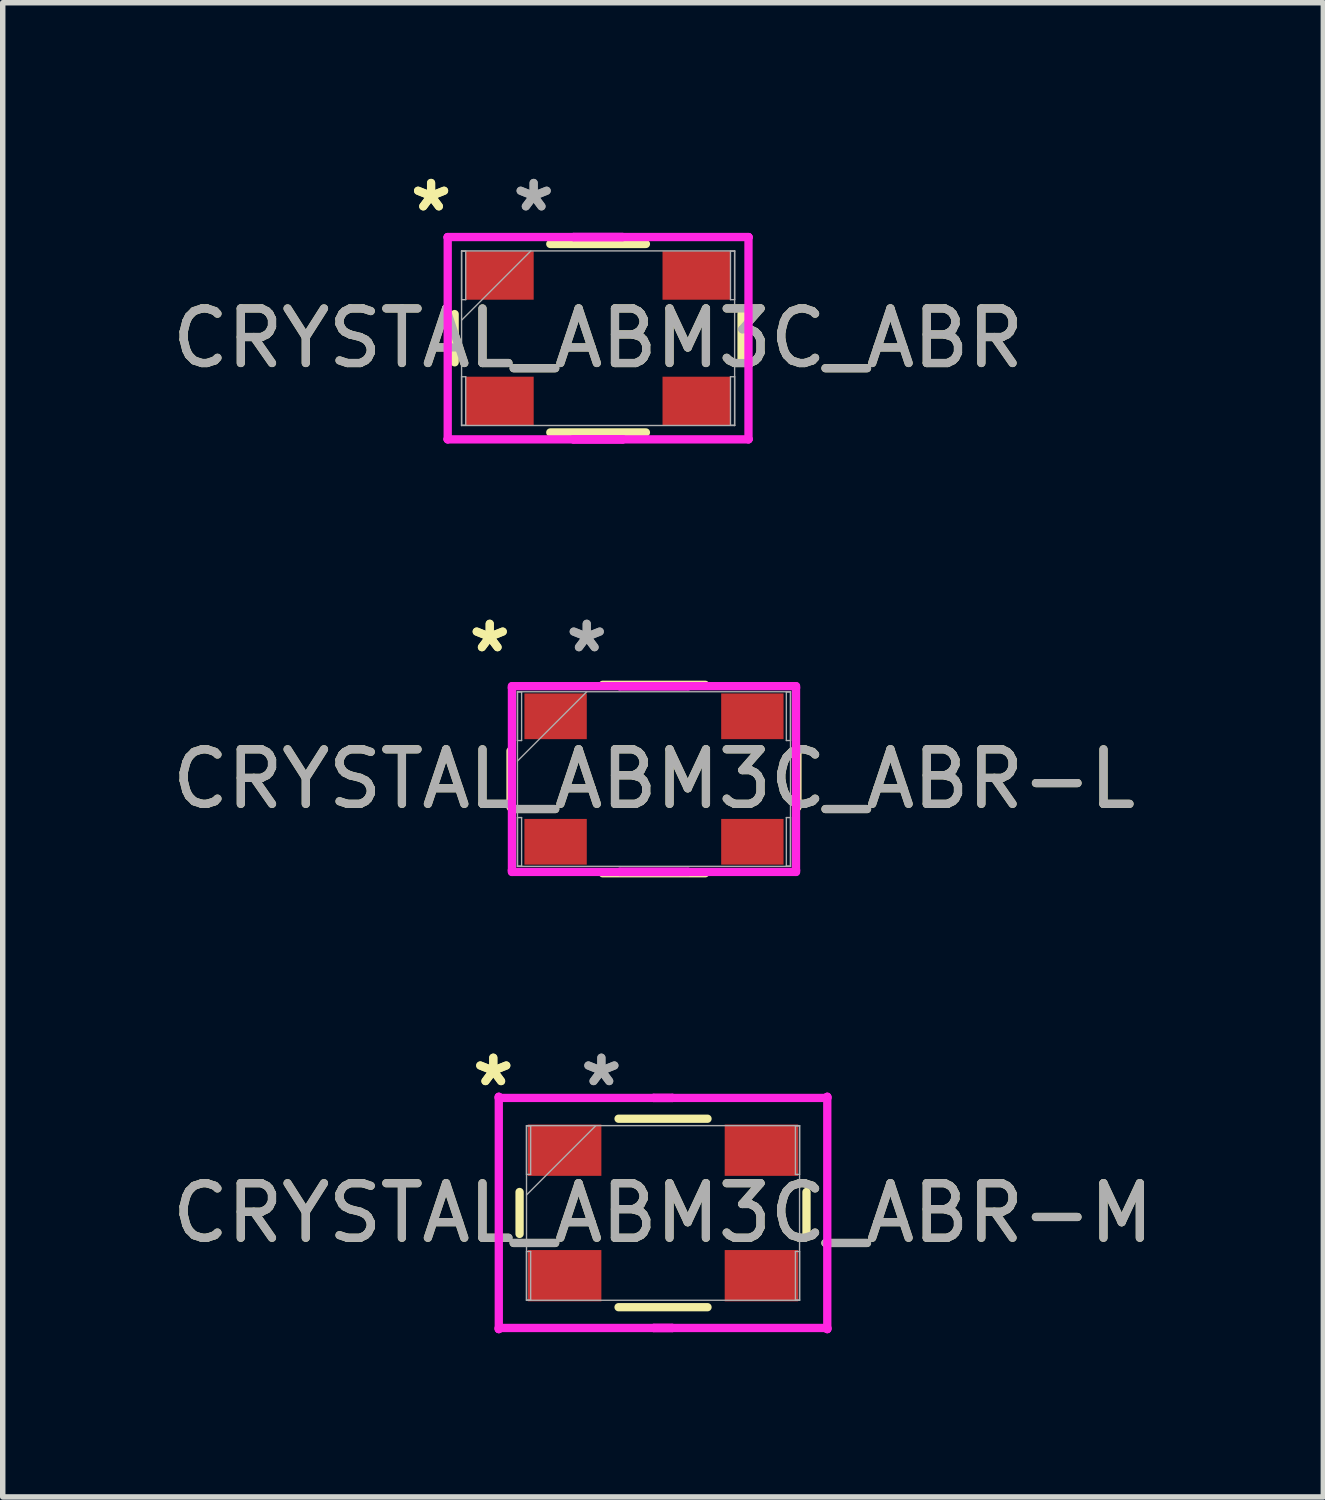
<source format=kicad_pcb>
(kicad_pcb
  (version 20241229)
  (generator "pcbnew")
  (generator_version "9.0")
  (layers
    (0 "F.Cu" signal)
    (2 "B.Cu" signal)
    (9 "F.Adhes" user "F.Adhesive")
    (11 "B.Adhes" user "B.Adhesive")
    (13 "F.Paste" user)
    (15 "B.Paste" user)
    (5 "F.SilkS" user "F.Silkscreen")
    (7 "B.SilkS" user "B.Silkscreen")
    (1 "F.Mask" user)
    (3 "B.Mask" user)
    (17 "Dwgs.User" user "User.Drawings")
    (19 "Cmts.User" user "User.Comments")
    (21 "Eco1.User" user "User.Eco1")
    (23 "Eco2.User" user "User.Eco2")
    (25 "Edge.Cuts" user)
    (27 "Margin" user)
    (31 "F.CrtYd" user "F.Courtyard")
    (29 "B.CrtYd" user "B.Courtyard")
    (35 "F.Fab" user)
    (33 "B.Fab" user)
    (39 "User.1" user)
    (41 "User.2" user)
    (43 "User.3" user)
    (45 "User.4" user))
  (footprint "CRYSTAL_ABM3C_ABR"
    (layer "F.Cu")
    (at 7.911 3.148)
    (property "Reference" "CRYSTAL_ABM3C_ABR" (at 0 0 0) (unlocked yes) (layer "F.SilkS") (effects (font (size 1 1) (thickness 0.15))))
    (attr smd)
    (fp_line (start -2.629 -0.442) (end -2.629 0.442) (stroke (width 0.152) (type solid)) (layer "F.SilkS"))
    (fp_line (start -0.876 1.727) (end 0.876 1.727) (stroke (width 0.152) (type solid)) (layer "F.SilkS"))
    (fp_line (start 0.876 -1.727) (end -0.876 -1.727) (stroke (width 0.152) (type solid)) (layer "F.SilkS"))
    (fp_line (start 2.629 0.442) (end 2.629 -0.442) (stroke (width 0.152) (type solid)) (layer "F.SilkS"))
    (fp_line (start -2.756 -1.854) (end 0.452 -1.854) (stroke (width 0.152) (type solid)) (layer "F.CrtYd"))
    (fp_line (start -2.756 -1.849) (end -2.756 -1.854) (stroke (width 0.152) (type solid)) (layer "F.CrtYd"))
    (fp_line (start -2.756 -1.849) (end -2.756 -1.849) (stroke (width 0.152) (type solid)) (layer "F.CrtYd"))
    (fp_line (start -2.756 1.849) (end -2.756 -1.849) (stroke (width 0.152) (type solid)) (layer "F.CrtYd"))
    (fp_line (start -2.756 1.849) (end -2.756 1.849) (stroke (width 0.152) (type solid)) (layer "F.CrtYd"))
    (fp_line (start -2.756 1.854) (end -2.756 1.849) (stroke (width 0.152) (type solid)) (layer "F.CrtYd"))
    (fp_line (start -0.452 -1.854) (end -0.452 -1.854) (stroke (width 0.152) (type solid)) (layer "F.CrtYd"))
    (fp_line (start -0.452 -1.854) (end 2.756 -1.854) (stroke (width 0.152) (type solid)) (layer "F.CrtYd"))
    (fp_line (start -0.452 1.854) (end -0.452 1.854) (stroke (width 0.152) (type solid)) (layer "F.CrtYd"))
    (fp_line (start -0.452 1.854) (end 0.452 1.854) (stroke (width 0.152) (type solid)) (layer "F.CrtYd"))
    (fp_line (start 0.452 -1.854) (end -0.452 -1.854) (stroke (width 0.152) (type solid)) (layer "F.CrtYd"))
    (fp_line (start 0.452 -1.854) (end 0.452 -1.854) (stroke (width 0.152) (type solid)) (layer "F.CrtYd"))
    (fp_line (start 0.452 1.854) (end -2.756 1.854) (stroke (width 0.152) (type solid)) (layer "F.CrtYd"))
    (fp_line (start 0.452 1.854) (end 0.452 1.854) (stroke (width 0.152) (type solid)) (layer "F.CrtYd"))
    (fp_line (start 2.756 -1.854) (end 2.756 -1.849) (stroke (width 0.152) (type solid)) (layer "F.CrtYd"))
    (fp_line (start 2.756 -1.849) (end 2.756 -1.849) (stroke (width 0.152) (type solid)) (layer "F.CrtYd"))
    (fp_line (start 2.756 -1.849) (end 2.756 1.849) (stroke (width 0.152) (type solid)) (layer "F.CrtYd"))
    (fp_line (start 2.756 1.849) (end 2.756 1.849) (stroke (width 0.152) (type solid)) (layer "F.CrtYd"))
    (fp_line (start 2.756 1.849) (end 2.756 1.854) (stroke (width 0.152) (type solid)) (layer "F.CrtYd"))
    (fp_line (start 2.756 1.854) (end -0.452 1.854) (stroke (width 0.152) (type solid)) (layer "F.CrtYd"))
    (fp_line (start -2.502 -1.6) (end -2.502 -1.6) (stroke (width 0.025) (type solid)) (layer "F.Fab"))
    (fp_line (start -2.502 -1.6) (end -2.502 1.6) (stroke (width 0.025) (type solid)) (layer "F.Fab"))
    (fp_line (start -2.502 -1.595) (end -2.426 -1.595) (stroke (width 0.025) (type solid)) (layer "F.Fab"))
    (fp_line (start -2.502 -0.706) (end -2.502 -1.595) (stroke (width 0.025) (type solid)) (layer "F.Fab"))
    (fp_line (start -2.502 -0.33) (end -1.232 -1.6) (stroke (width 0.025) (type solid)) (layer "F.Fab"))
    (fp_line (start -2.502 0.706) (end -2.426 0.706) (stroke (width 0.025) (type solid)) (layer "F.Fab"))
    (fp_line (start -2.502 1.595) (end -2.502 0.706) (stroke (width 0.025) (type solid)) (layer "F.Fab"))
    (fp_line (start -2.502 1.6) (end -2.502 1.6) (stroke (width 0.025) (type solid)) (layer "F.Fab"))
    (fp_line (start -2.502 1.6) (end 2.502 1.6) (stroke (width 0.025) (type solid)) (layer "F.Fab"))
    (fp_line (start -2.426 -1.595) (end -2.426 -0.706) (stroke (width 0.025) (type solid)) (layer "F.Fab"))
    (fp_line (start -2.426 -0.706) (end -2.502 -0.706) (stroke (width 0.025) (type solid)) (layer "F.Fab"))
    (fp_line (start -2.426 0.706) (end -2.426 1.595) (stroke (width 0.025) (type solid)) (layer "F.Fab"))
    (fp_line (start -2.426 1.595) (end -2.502 1.595) (stroke (width 0.025) (type solid)) (layer "F.Fab"))
    (fp_line (start 2.426 -1.595) (end 2.502 -1.595) (stroke (width 0.025) (type solid)) (layer "F.Fab"))
    (fp_line (start 2.426 -0.706) (end 2.426 -1.595) (stroke (width 0.025) (type solid)) (layer "F.Fab"))
    (fp_line (start 2.426 0.706) (end 2.502 0.706) (stroke (width 0.025) (type solid)) (layer "F.Fab"))
    (fp_line (start 2.426 1.595) (end 2.426 0.706) (stroke (width 0.025) (type solid)) (layer "F.Fab"))
    (fp_line (start 2.502 -1.6) (end -2.502 -1.6) (stroke (width 0.025) (type solid)) (layer "F.Fab"))
    (fp_line (start 2.502 -1.6) (end 2.502 -1.6) (stroke (width 0.025) (type solid)) (layer "F.Fab"))
    (fp_line (start 2.502 -1.595) (end 2.502 -0.706) (stroke (width 0.025) (type solid)) (layer "F.Fab"))
    (fp_line (start 2.502 -0.706) (end 2.426 -0.706) (stroke (width 0.025) (type solid)) (layer "F.Fab"))
    (fp_line (start 2.502 0.706) (end 2.502 1.595) (stroke (width 0.025) (type solid)) (layer "F.Fab"))
    (fp_line (start 2.502 1.595) (end 2.426 1.595) (stroke (width 0.025) (type solid)) (layer "F.Fab"))
    (fp_line (start 2.502 1.6) (end 2.502 -1.6) (stroke (width 0.025) (type solid)) (layer "F.Fab"))
    (fp_line (start 2.502 1.6) (end 2.502 1.6) (stroke (width 0.025) (type solid)) (layer "F.Fab"))
    (fp_text user "*" (at -3.061 -2.3 0) (layer "F.SilkS") (effects (font (size 1 1) (thickness 0.15))))
    (fp_text user "*" (at -3.061 -2.3 0) (unlocked yes) (layer "F.SilkS") (effects (font (size 1 1) (thickness 0.15))))
    (fp_text user "*" (at -1.181 -2.3 0) (unlocked yes) (layer "F.Fab") (effects (font (size 1 1) (thickness 0.15))))
    (fp_text user "*" (at -1.181 -2.3 0) (layer "F.Fab") (effects (font (size 1 1) (thickness 0.15))))
    (fp_text user "${REFERENCE}" (at 0 0 0) (unlocked yes) (layer "F.Fab") (effects (font (size 1 1) (thickness 0.15))))
    (pad "1" smd rect (at -1.803 -1.15 90) (size 0.889 1.245) (layers "F.Cu" "F.Mask" "F.Paste"))
    (pad "2" smd rect (at 1.803 -1.15 90) (size 0.889 1.245) (layers "F.Cu" "F.Mask" "F.Paste"))
    (pad "3" smd rect (at 1.803 1.15 90) (size 0.889 1.245) (layers "F.Cu" "F.Mask" "F.Paste"))
    (pad "4" smd rect (at -1.803 1.15 90) (size 0.889 1.245) (layers "F.Cu" "F.Mask" "F.Paste")))
  (footprint "CRYSTAL_ABM3C_ABR-M"
    (layer "F.Cu")
    (at 9.101 19.179)
    (property "Reference" "CRYSTAL_ABM3C_ABR-M" (at 0 0 0) (unlocked yes) (layer "F.SilkS") (effects (font (size 1 1) (thickness 0.15))))
    (attr smd)
    (fp_line (start -2.629 -0.384) (end -2.629 0.384) (stroke (width 0.152) (type solid)) (layer "F.SilkS"))
    (fp_line (start -0.815 1.727) (end 0.815 1.727) (stroke (width 0.152) (type solid)) (layer "F.SilkS"))
    (fp_line (start 0.815 -1.727) (end -0.815 -1.727) (stroke (width 0.152) (type solid)) (layer "F.SilkS"))
    (fp_line (start 2.629 0.384) (end 2.629 -0.384) (stroke (width 0.152) (type solid)) (layer "F.SilkS"))
    (fp_line (start -3.01 -2.128) (end -3.01 -2.128) (stroke (width 0.152) (type solid)) (layer "F.CrtYd"))
    (fp_line (start -3.01 -2.128) (end -3.01 -2.108) (stroke (width 0.152) (type solid)) (layer "F.CrtYd"))
    (fp_line (start -3.01 -2.108) (end 0.172 -2.108) (stroke (width 0.152) (type solid)) (layer "F.CrtYd"))
    (fp_line (start -3.01 2.108) (end -3.01 2.128) (stroke (width 0.152) (type solid)) (layer "F.CrtYd"))
    (fp_line (start -3.01 2.128) (end -3.01 -2.128) (stroke (width 0.152) (type solid)) (layer "F.CrtYd"))
    (fp_line (start -3.01 2.128) (end -3.01 2.128) (stroke (width 0.152) (type solid)) (layer "F.CrtYd"))
    (fp_line (start -0.172 -2.108) (end -0.172 -2.108) (stroke (width 0.152) (type solid)) (layer "F.CrtYd"))
    (fp_line (start -0.172 -2.108) (end 3.01 -2.108) (stroke (width 0.152) (type solid)) (layer "F.CrtYd"))
    (fp_line (start -0.172 2.108) (end -0.172 2.108) (stroke (width 0.152) (type solid)) (layer "F.CrtYd"))
    (fp_line (start -0.172 2.108) (end 0.172 2.108) (stroke (width 0.152) (type solid)) (layer "F.CrtYd"))
    (fp_line (start 0.172 -2.108) (end -0.172 -2.108) (stroke (width 0.152) (type solid)) (layer "F.CrtYd"))
    (fp_line (start 0.172 -2.108) (end 0.172 -2.108) (stroke (width 0.152) (type solid)) (layer "F.CrtYd"))
    (fp_line (start 0.172 2.108) (end -3.01 2.108) (stroke (width 0.152) (type solid)) (layer "F.CrtYd"))
    (fp_line (start 0.172 2.108) (end 0.172 2.108) (stroke (width 0.152) (type solid)) (layer "F.CrtYd"))
    (fp_line (start 3.01 -2.128) (end 3.01 -2.128) (stroke (width 0.152) (type solid)) (layer "F.CrtYd"))
    (fp_line (start 3.01 -2.128) (end 3.01 2.128) (stroke (width 0.152) (type solid)) (layer "F.CrtYd"))
    (fp_line (start 3.01 -2.108) (end 3.01 -2.128) (stroke (width 0.152) (type solid)) (layer "F.CrtYd"))
    (fp_line (start 3.01 2.108) (end -0.172 2.108) (stroke (width 0.152) (type solid)) (layer "F.CrtYd"))
    (fp_line (start 3.01 2.128) (end 3.01 2.108) (stroke (width 0.152) (type solid)) (layer "F.CrtYd"))
    (fp_line (start 3.01 2.128) (end 3.01 2.128) (stroke (width 0.152) (type solid)) (layer "F.CrtYd"))
    (fp_line (start -2.502 -1.6) (end -2.502 -1.6) (stroke (width 0.025) (type solid)) (layer "F.Fab"))
    (fp_line (start -2.502 -1.6) (end -2.502 1.6) (stroke (width 0.025) (type solid)) (layer "F.Fab"))
    (fp_line (start -2.502 -1.595) (end -2.426 -1.595) (stroke (width 0.025) (type solid)) (layer "F.Fab"))
    (fp_line (start -2.502 -0.706) (end -2.502 -1.595) (stroke (width 0.025) (type solid)) (layer "F.Fab"))
    (fp_line (start -2.502 -0.33) (end -1.232 -1.6) (stroke (width 0.025) (type solid)) (layer "F.Fab"))
    (fp_line (start -2.502 0.706) (end -2.426 0.706) (stroke (width 0.025) (type solid)) (layer "F.Fab"))
    (fp_line (start -2.502 1.595) (end -2.502 0.706) (stroke (width 0.025) (type solid)) (layer "F.Fab"))
    (fp_line (start -2.502 1.6) (end -2.502 1.6) (stroke (width 0.025) (type solid)) (layer "F.Fab"))
    (fp_line (start -2.502 1.6) (end 2.502 1.6) (stroke (width 0.025) (type solid)) (layer "F.Fab"))
    (fp_line (start -2.426 -1.595) (end -2.426 -0.706) (stroke (width 0.025) (type solid)) (layer "F.Fab"))
    (fp_line (start -2.426 -0.706) (end -2.502 -0.706) (stroke (width 0.025) (type solid)) (layer "F.Fab"))
    (fp_line (start -2.426 0.706) (end -2.426 1.595) (stroke (width 0.025) (type solid)) (layer "F.Fab"))
    (fp_line (start -2.426 1.595) (end -2.502 1.595) (stroke (width 0.025) (type solid)) (layer "F.Fab"))
    (fp_line (start 2.426 -1.595) (end 2.502 -1.595) (stroke (width 0.025) (type solid)) (layer "F.Fab"))
    (fp_line (start 2.426 -0.706) (end 2.426 -1.595) (stroke (width 0.025) (type solid)) (layer "F.Fab"))
    (fp_line (start 2.426 0.706) (end 2.502 0.706) (stroke (width 0.025) (type solid)) (layer "F.Fab"))
    (fp_line (start 2.426 1.595) (end 2.426 0.706) (stroke (width 0.025) (type solid)) (layer "F.Fab"))
    (fp_line (start 2.502 -1.6) (end -2.502 -1.6) (stroke (width 0.025) (type solid)) (layer "F.Fab"))
    (fp_line (start 2.502 -1.6) (end 2.502 -1.6) (stroke (width 0.025) (type solid)) (layer "F.Fab"))
    (fp_line (start 2.502 -1.595) (end 2.502 -0.706) (stroke (width 0.025) (type solid)) (layer "F.Fab"))
    (fp_line (start 2.502 -0.706) (end 2.426 -0.706) (stroke (width 0.025) (type solid)) (layer "F.Fab"))
    (fp_line (start 2.502 0.706) (end 2.502 1.595) (stroke (width 0.025) (type solid)) (layer "F.Fab"))
    (fp_line (start 2.502 1.595) (end 2.426 1.595) (stroke (width 0.025) (type solid)) (layer "F.Fab"))
    (fp_line (start 2.502 1.6) (end 2.502 -1.6) (stroke (width 0.025) (type solid)) (layer "F.Fab"))
    (fp_line (start 2.502 1.6) (end 2.502 1.6) (stroke (width 0.025) (type solid)) (layer "F.Fab"))
    (fp_text user "*" (at -3.111 -2.3 0) (unlocked yes) (layer "F.SilkS") (effects (font (size 1 1) (thickness 0.15))))
    (fp_text user "*" (at -3.111 -2.3 0) (layer "F.SilkS") (effects (font (size 1 1) (thickness 0.15))))
    (fp_text user "*" (at -1.13 -2.3 0) (unlocked yes) (layer "F.Fab") (effects (font (size 1 1) (thickness 0.15))))
    (fp_text user "${REFERENCE}" (at 0 0 0) (unlocked yes) (layer "F.Fab") (effects (font (size 1 1) (thickness 0.15))))
    (fp_text user "*" (at -1.13 -2.3 0) (layer "F.Fab") (effects (font (size 1 1) (thickness 0.15))))
    (pad "1" smd rect (at -1.803 -1.15 90) (size 0.94 1.346) (layers "F.Cu" "F.Mask" "F.Paste"))
    (pad "2" smd rect (at 1.803 -1.15 90) (size 0.94 1.346) (layers "F.Cu" "F.Mask" "F.Paste"))
    (pad "3" smd rect (at 1.803 1.15 90) (size 0.94 1.346) (layers "F.Cu" "F.Mask" "F.Paste"))
    (pad "4" smd rect (at -1.803 1.15 90) (size 0.94 1.346) (layers "F.Cu" "F.Mask" "F.Paste")))
  (footprint "CRYSTAL_ABM3C_ABR-L"
    (layer "F.Cu")
    (at 8.935 11.227)
    (property "Reference" "CRYSTAL_ABM3C_ABR-L" (at 0 0 0) (unlocked yes) (layer "F.SilkS") (effects (font (size 1 1) (thickness 0.15))))
    (attr smd)
    (fp_line (start -2.629 -0.516) (end -2.629 0.516) (stroke (width 0.152) (type solid)) (layer "F.SilkS"))
    (fp_line (start -0.939 1.727) (end 0.939 1.727) (stroke (width 0.152) (type solid)) (layer "F.SilkS"))
    (fp_line (start 0.939 -1.727) (end -0.939 -1.727) (stroke (width 0.152) (type solid)) (layer "F.SilkS"))
    (fp_line (start 2.629 0.516) (end 2.629 -0.516) (stroke (width 0.152) (type solid)) (layer "F.SilkS"))
    (fp_line (start -2.603 -1.702) (end 0.629 -1.702) (stroke (width 0.152) (type solid)) (layer "F.CrtYd"))
    (fp_line (start -2.603 -1.671) (end -2.603 -1.702) (stroke (width 0.152) (type solid)) (layer "F.CrtYd"))
    (fp_line (start -2.603 -1.671) (end -2.603 -1.671) (stroke (width 0.152) (type solid)) (layer "F.CrtYd"))
    (fp_line (start -2.603 1.671) (end -2.603 -1.671) (stroke (width 0.152) (type solid)) (layer "F.CrtYd"))
    (fp_line (start -2.603 1.671) (end -2.603 1.671) (stroke (width 0.152) (type solid)) (layer "F.CrtYd"))
    (fp_line (start -2.603 1.702) (end -2.603 1.671) (stroke (width 0.152) (type solid)) (layer "F.CrtYd"))
    (fp_line (start -0.629 -1.702) (end -0.629 -1.702) (stroke (width 0.152) (type solid)) (layer "F.CrtYd"))
    (fp_line (start -0.629 -1.702) (end 2.603 -1.702) (stroke (width 0.152) (type solid)) (layer "F.CrtYd"))
    (fp_line (start -0.629 1.702) (end -0.629 1.702) (stroke (width 0.152) (type solid)) (layer "F.CrtYd"))
    (fp_line (start -0.629 1.702) (end 0.629 1.702) (stroke (width 0.152) (type solid)) (layer "F.CrtYd"))
    (fp_line (start 0.629 -1.702) (end -0.629 -1.702) (stroke (width 0.152) (type solid)) (layer "F.CrtYd"))
    (fp_line (start 0.629 -1.702) (end 0.629 -1.702) (stroke (width 0.152) (type solid)) (layer "F.CrtYd"))
    (fp_line (start 0.629 1.702) (end -2.603 1.702) (stroke (width 0.152) (type solid)) (layer "F.CrtYd"))
    (fp_line (start 0.629 1.702) (end 0.629 1.702) (stroke (width 0.152) (type solid)) (layer "F.CrtYd"))
    (fp_line (start 2.603 -1.702) (end 2.603 -1.671) (stroke (width 0.152) (type solid)) (layer "F.CrtYd"))
    (fp_line (start 2.603 -1.671) (end 2.603 -1.671) (stroke (width 0.152) (type solid)) (layer "F.CrtYd"))
    (fp_line (start 2.603 -1.671) (end 2.603 1.671) (stroke (width 0.152) (type solid)) (layer "F.CrtYd"))
    (fp_line (start 2.603 1.671) (end 2.603 1.671) (stroke (width 0.152) (type solid)) (layer "F.CrtYd"))
    (fp_line (start 2.603 1.671) (end 2.603 1.702) (stroke (width 0.152) (type solid)) (layer "F.CrtYd"))
    (fp_line (start 2.603 1.702) (end -0.629 1.702) (stroke (width 0.152) (type solid)) (layer "F.CrtYd"))
    (fp_line (start -2.502 -1.6) (end -2.502 -1.6) (stroke (width 0.025) (type solid)) (layer "F.Fab"))
    (fp_line (start -2.502 -1.6) (end -2.502 1.6) (stroke (width 0.025) (type solid)) (layer "F.Fab"))
    (fp_line (start -2.502 -1.595) (end -2.426 -1.595) (stroke (width 0.025) (type solid)) (layer "F.Fab"))
    (fp_line (start -2.502 -0.706) (end -2.502 -1.595) (stroke (width 0.025) (type solid)) (layer "F.Fab"))
    (fp_line (start -2.502 -0.33) (end -1.232 -1.6) (stroke (width 0.025) (type solid)) (layer "F.Fab"))
    (fp_line (start -2.502 0.706) (end -2.426 0.706) (stroke (width 0.025) (type solid)) (layer "F.Fab"))
    (fp_line (start -2.502 1.595) (end -2.502 0.706) (stroke (width 0.025) (type solid)) (layer "F.Fab"))
    (fp_line (start -2.502 1.6) (end -2.502 1.6) (stroke (width 0.025) (type solid)) (layer "F.Fab"))
    (fp_line (start -2.502 1.6) (end 2.502 1.6) (stroke (width 0.025) (type solid)) (layer "F.Fab"))
    (fp_line (start -2.426 -1.595) (end -2.426 -0.706) (stroke (width 0.025) (type solid)) (layer "F.Fab"))
    (fp_line (start -2.426 -0.706) (end -2.502 -0.706) (stroke (width 0.025) (type solid)) (layer "F.Fab"))
    (fp_line (start -2.426 0.706) (end -2.426 1.595) (stroke (width 0.025) (type solid)) (layer "F.Fab"))
    (fp_line (start -2.426 1.595) (end -2.502 1.595) (stroke (width 0.025) (type solid)) (layer "F.Fab"))
    (fp_line (start 2.426 -1.595) (end 2.502 -1.595) (stroke (width 0.025) (type solid)) (layer "F.Fab"))
    (fp_line (start 2.426 -0.706) (end 2.426 -1.595) (stroke (width 0.025) (type solid)) (layer "F.Fab"))
    (fp_line (start 2.426 0.706) (end 2.502 0.706) (stroke (width 0.025) (type solid)) (layer "F.Fab"))
    (fp_line (start 2.426 1.595) (end 2.426 0.706) (stroke (width 0.025) (type solid)) (layer "F.Fab"))
    (fp_line (start 2.502 -1.6) (end -2.502 -1.6) (stroke (width 0.025) (type solid)) (layer "F.Fab"))
    (fp_line (start 2.502 -1.6) (end 2.502 -1.6) (stroke (width 0.025) (type solid)) (layer "F.Fab"))
    (fp_line (start 2.502 -1.595) (end 2.502 -0.706) (stroke (width 0.025) (type solid)) (layer "F.Fab"))
    (fp_line (start 2.502 -0.706) (end 2.426 -0.706) (stroke (width 0.025) (type solid)) (layer "F.Fab"))
    (fp_line (start 2.502 0.706) (end 2.502 1.595) (stroke (width 0.025) (type solid)) (layer "F.Fab"))
    (fp_line (start 2.502 1.595) (end 2.426 1.595) (stroke (width 0.025) (type solid)) (layer "F.Fab"))
    (fp_line (start 2.502 1.6) (end 2.502 -1.6) (stroke (width 0.025) (type solid)) (layer "F.Fab"))
    (fp_line (start 2.502 1.6) (end 2.502 1.6) (stroke (width 0.025) (type solid)) (layer "F.Fab"))
    (fp_text user "*" (at -3.01 -2.3 0) (layer "F.SilkS") (effects (font (size 1 1) (thickness 0.15))))
    (fp_text user "*" (at -3.01 -2.3 0) (unlocked yes) (layer "F.SilkS") (effects (font (size 1 1) (thickness 0.15))))
    (fp_text user "${REFERENCE}" (at 0 0 0) (unlocked yes) (layer "F.Fab") (effects (font (size 1 1) (thickness 0.15))))
    (fp_text user "*" (at -1.232 -2.3 0) (unlocked yes) (layer "F.Fab") (effects (font (size 1 1) (thickness 0.15))))
    (fp_text user "*" (at -1.232 -2.3 0) (layer "F.Fab") (effects (font (size 1 1) (thickness 0.15))))
    (pad "1" smd rect (at -1.803 -1.15 90) (size 0.838 1.143) (layers "F.Cu" "F.Mask" "F.Paste"))
    (pad "2" smd rect (at 1.803 -1.15 90) (size 0.838 1.143) (layers "F.Cu" "F.Mask" "F.Paste"))
    (pad "3" smd rect (at 1.803 1.15 90) (size 0.838 1.143) (layers "F.Cu" "F.Mask" "F.Paste"))
    (pad "4" smd rect (at -1.803 1.15 90) (size 0.838 1.143) (layers "F.Cu" "F.Mask" "F.Paste")))
  (gr_rect
    (start -3 -3)
    (end 21.202 24.383)
    (stroke (width 0.1) (type default))
    (fill no)
    (layer "Edge.Cuts")))
</source>
